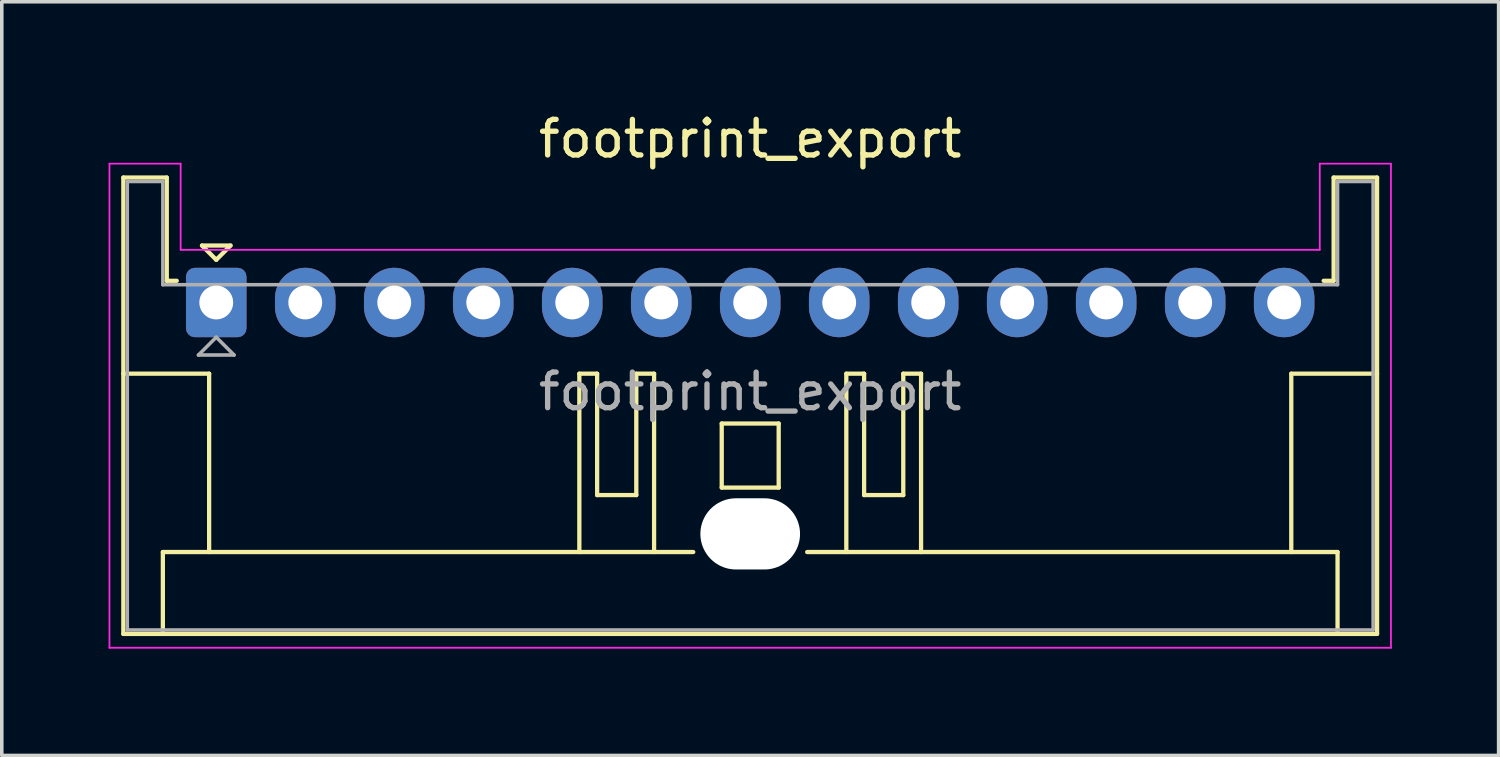
<source format=kicad_pcb>
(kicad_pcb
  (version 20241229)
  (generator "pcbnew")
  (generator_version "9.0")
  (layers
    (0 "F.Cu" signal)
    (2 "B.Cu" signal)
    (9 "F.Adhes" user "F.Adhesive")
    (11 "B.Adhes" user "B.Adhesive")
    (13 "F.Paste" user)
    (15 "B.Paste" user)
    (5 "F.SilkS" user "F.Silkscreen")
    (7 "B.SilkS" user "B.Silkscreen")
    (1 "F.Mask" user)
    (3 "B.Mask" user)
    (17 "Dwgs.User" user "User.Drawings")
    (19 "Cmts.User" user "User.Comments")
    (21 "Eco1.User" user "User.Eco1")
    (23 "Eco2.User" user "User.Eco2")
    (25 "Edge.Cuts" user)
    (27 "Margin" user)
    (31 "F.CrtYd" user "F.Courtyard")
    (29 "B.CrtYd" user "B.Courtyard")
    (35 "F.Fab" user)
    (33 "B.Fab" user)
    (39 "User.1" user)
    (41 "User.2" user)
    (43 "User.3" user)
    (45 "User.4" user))
  (footprint "footprint_export"
    (layer "F.Cu")
    (at 3.025 5.448)
    (property "Reference" "footprint_export" (at 15 -4.6 0) (layer "F.SilkS") (effects (font (size 1 1) (thickness 0.15))))
    (attr through_hole)
    (fp_line (start -2.61 -3.51) (end -2.61 9.31) (stroke (width 0.12) (type solid)) (layer "F.SilkS"))
    (fp_line (start -2.61 9.31) (end 32.61 9.31) (stroke (width 0.12) (type solid)) (layer "F.SilkS"))
    (fp_line (start -1.5 7.01) (end 13.4 7.01) (stroke (width 0.12) (type solid)) (layer "F.SilkS"))
    (fp_line (start -1.5 9.31) (end -1.5 7.01) (stroke (width 0.12) (type solid)) (layer "F.SilkS"))
    (fp_line (start -1.39 -3.51) (end -2.61 -3.51) (stroke (width 0.12) (type solid)) (layer "F.SilkS"))
    (fp_line (start -1.39 -0.61) (end -1.39 -3.51) (stroke (width 0.12) (type solid)) (layer "F.SilkS"))
    (fp_line (start -1.11 -0.61) (end -1.39 -0.61) (stroke (width 0.12) (type solid)) (layer "F.SilkS"))
    (fp_line (start -0.4 -1.6) (end 0.4 -1.6) (stroke (width 0.12) (type solid)) (layer "F.SilkS"))
    (fp_line (start -0.2 2) (end -2.61 2) (stroke (width 0.12) (type solid)) (layer "F.SilkS"))
    (fp_line (start -0.2 7.01) (end -0.2 2) (stroke (width 0.12) (type solid)) (layer "F.SilkS"))
    (fp_line (start 0 -1.2) (end -0.4 -1.6) (stroke (width 0.12) (type solid)) (layer "F.SilkS"))
    (fp_line (start 0.4 -1.6) (end 0 -1.2) (stroke (width 0.12) (type solid)) (layer "F.SilkS"))
    (fp_line (start 10.2 2) (end 10.2 7.01) (stroke (width 0.12) (type solid)) (layer "F.SilkS"))
    (fp_line (start 10.7 2) (end 10.2 2) (stroke (width 0.12) (type solid)) (layer "F.SilkS"))
    (fp_line (start 10.7 5.41) (end 10.7 2) (stroke (width 0.12) (type solid)) (layer "F.SilkS"))
    (fp_line (start 11.8 2) (end 11.8 5.41) (stroke (width 0.12) (type solid)) (layer "F.SilkS"))
    (fp_line (start 11.8 5.41) (end 10.7 5.41) (stroke (width 0.12) (type solid)) (layer "F.SilkS"))
    (fp_line (start 12.3 2) (end 11.8 2) (stroke (width 0.12) (type solid)) (layer "F.SilkS"))
    (fp_line (start 12.3 7.01) (end 12.3 2) (stroke (width 0.12) (type solid)) (layer "F.SilkS"))
    (fp_line (start 14.2 3.4) (end 15.8 3.4) (stroke (width 0.12) (type solid)) (layer "F.SilkS"))
    (fp_line (start 14.2 5.2) (end 14.2 3.4) (stroke (width 0.12) (type solid)) (layer "F.SilkS"))
    (fp_line (start 15.8 3.4) (end 15.8 5.2) (stroke (width 0.12) (type solid)) (layer "F.SilkS"))
    (fp_line (start 15.8 5.2) (end 14.2 5.2) (stroke (width 0.12) (type solid)) (layer "F.SilkS"))
    (fp_line (start 16.6 7.01) (end 31.5 7.01) (stroke (width 0.12) (type solid)) (layer "F.SilkS"))
    (fp_line (start 17.7 2) (end 18.2 2) (stroke (width 0.12) (type solid)) (layer "F.SilkS"))
    (fp_line (start 17.7 7.01) (end 17.7 2) (stroke (width 0.12) (type solid)) (layer "F.SilkS"))
    (fp_line (start 18.2 2) (end 18.2 5.41) (stroke (width 0.12) (type solid)) (layer "F.SilkS"))
    (fp_line (start 18.2 5.41) (end 19.3 5.41) (stroke (width 0.12) (type solid)) (layer "F.SilkS"))
    (fp_line (start 19.3 2) (end 19.8 2) (stroke (width 0.12) (type solid)) (layer "F.SilkS"))
    (fp_line (start 19.3 5.41) (end 19.3 2) (stroke (width 0.12) (type solid)) (layer "F.SilkS"))
    (fp_line (start 19.8 2) (end 19.8 7.01) (stroke (width 0.12) (type solid)) (layer "F.SilkS"))
    (fp_line (start 30.2 2) (end 32.61 2) (stroke (width 0.12) (type solid)) (layer "F.SilkS"))
    (fp_line (start 30.2 7.01) (end 30.2 2) (stroke (width 0.12) (type solid)) (layer "F.SilkS"))
    (fp_line (start 31.39 -3.51) (end 31.39 -0.61) (stroke (width 0.12) (type solid)) (layer "F.SilkS"))
    (fp_line (start 31.39 -0.61) (end 31.11 -0.61) (stroke (width 0.12) (type solid)) (layer "F.SilkS"))
    (fp_line (start 31.5 7.01) (end 31.5 9.31) (stroke (width 0.12) (type solid)) (layer "F.SilkS"))
    (fp_line (start 32.61 -3.51) (end 31.39 -3.51) (stroke (width 0.12) (type solid)) (layer "F.SilkS"))
    (fp_line (start 32.61 9.31) (end 32.61 -3.51) (stroke (width 0.12) (type solid)) (layer "F.SilkS"))
    (fp_line (start -3 -3.9) (end -3 9.7) (stroke (width 0.05) (type solid)) (layer "F.CrtYd"))
    (fp_line (start -3 9.7) (end 33 9.7) (stroke (width 0.05) (type solid)) (layer "F.CrtYd"))
    (fp_line (start -1 -3.9) (end -3 -3.9) (stroke (width 0.05) (type solid)) (layer "F.CrtYd"))
    (fp_line (start -1 -1.48) (end -1 -3.9) (stroke (width 0.05) (type solid)) (layer "F.CrtYd"))
    (fp_line (start 31 -3.9) (end 31 -1.48) (stroke (width 0.05) (type solid)) (layer "F.CrtYd"))
    (fp_line (start 31 -1.48) (end -1 -1.48) (stroke (width 0.05) (type solid)) (layer "F.CrtYd"))
    (fp_line (start 33 -3.9) (end 31 -3.9) (stroke (width 0.05) (type solid)) (layer "F.CrtYd"))
    (fp_line (start 33 9.7) (end 33 -3.9) (stroke (width 0.05) (type solid)) (layer "F.CrtYd"))
    (fp_line (start -2.5 -3.4) (end -2.5 9.2) (stroke (width 0.1) (type solid)) (layer "F.Fab"))
    (fp_line (start -2.5 9.2) (end 32.5 9.2) (stroke (width 0.1) (type solid)) (layer "F.Fab"))
    (fp_line (start -1.5 -3.4) (end -2.5 -3.4) (stroke (width 0.1) (type solid)) (layer "F.Fab"))
    (fp_line (start -1.5 -0.5) (end -1.5 -3.4) (stroke (width 0.1) (type solid)) (layer "F.Fab"))
    (fp_line (start -0.5 1.475) (end 0.5 1.475) (stroke (width 0.1) (type solid)) (layer "F.Fab"))
    (fp_line (start 0 0.975) (end -0.5 1.475) (stroke (width 0.1) (type solid)) (layer "F.Fab"))
    (fp_line (start 0.5 1.475) (end 0 0.975) (stroke (width 0.1) (type solid)) (layer "F.Fab"))
    (fp_line (start 31.5 -3.4) (end 31.5 -0.5) (stroke (width 0.1) (type solid)) (layer "F.Fab"))
    (fp_line (start 31.5 -0.5) (end -1.5 -0.5) (stroke (width 0.1) (type solid)) (layer "F.Fab"))
    (fp_line (start 32.5 -3.4) (end 31.5 -3.4) (stroke (width 0.1) (type solid)) (layer "F.Fab"))
    (fp_line (start 32.5 9.2) (end 32.5 -3.4) (stroke (width 0.1) (type solid)) (layer "F.Fab"))
    (fp_text user "${REFERENCE}" (at 15 2.5 0) (layer "F.Fab") (effects (font (size 1 1) (thickness 0.15))))
    (pad "" np_thru_hole oval (at 15 6.5) (size 2.8 2) (drill oval 2.8 2) (layers "*.Cu" "*.Mask"))
    (pad "1" thru_hole roundrect (at 0 0) (size 1.7 1.95) (drill 0.95) (layers "*.Cu" "*.Mask") (roundrect_rratio 0.147))
    (pad "2" thru_hole oval (at 2.5 0) (size 1.7 1.95) (drill 0.95) (layers "*.Cu" "*.Mask"))
    (pad "3" thru_hole oval (at 5 0) (size 1.7 1.95) (drill 0.95) (layers "*.Cu" "*.Mask"))
    (pad "4" thru_hole oval (at 7.5 0) (size 1.7 1.95) (drill 0.95) (layers "*.Cu" "*.Mask"))
    (pad "5" thru_hole oval (at 10 0) (size 1.7 1.95) (drill 0.95) (layers "*.Cu" "*.Mask"))
    (pad "6" thru_hole oval (at 12.5 0) (size 1.7 1.95) (drill 0.95) (layers "*.Cu" "*.Mask"))
    (pad "7" thru_hole oval (at 15 0) (size 1.7 1.95) (drill 0.95) (layers "*.Cu" "*.Mask"))
    (pad "8" thru_hole oval (at 17.5 0) (size 1.7 1.95) (drill 0.95) (layers "*.Cu" "*.Mask"))
    (pad "9" thru_hole oval (at 20 0) (size 1.7 1.95) (drill 0.95) (layers "*.Cu" "*.Mask"))
    (pad "10" thru_hole oval (at 22.5 0) (size 1.7 1.95) (drill 0.95) (layers "*.Cu" "*.Mask"))
    (pad "11" thru_hole oval (at 25 0) (size 1.7 1.95) (drill 0.95) (layers "*.Cu" "*.Mask"))
    (pad "12" thru_hole oval (at 27.5 0) (size 1.7 1.95) (drill 0.95) (layers "*.Cu" "*.Mask"))
    (pad "13" thru_hole oval (at 30 0) (size 1.7 1.95) (drill 0.95) (layers "*.Cu" "*.Mask")))
  (gr_rect
    (start -3 -3)
    (end 39.05 18.173)
    (stroke (width 0.1) (type default))
    (fill no)
    (layer "Edge.Cuts")))
</source>
